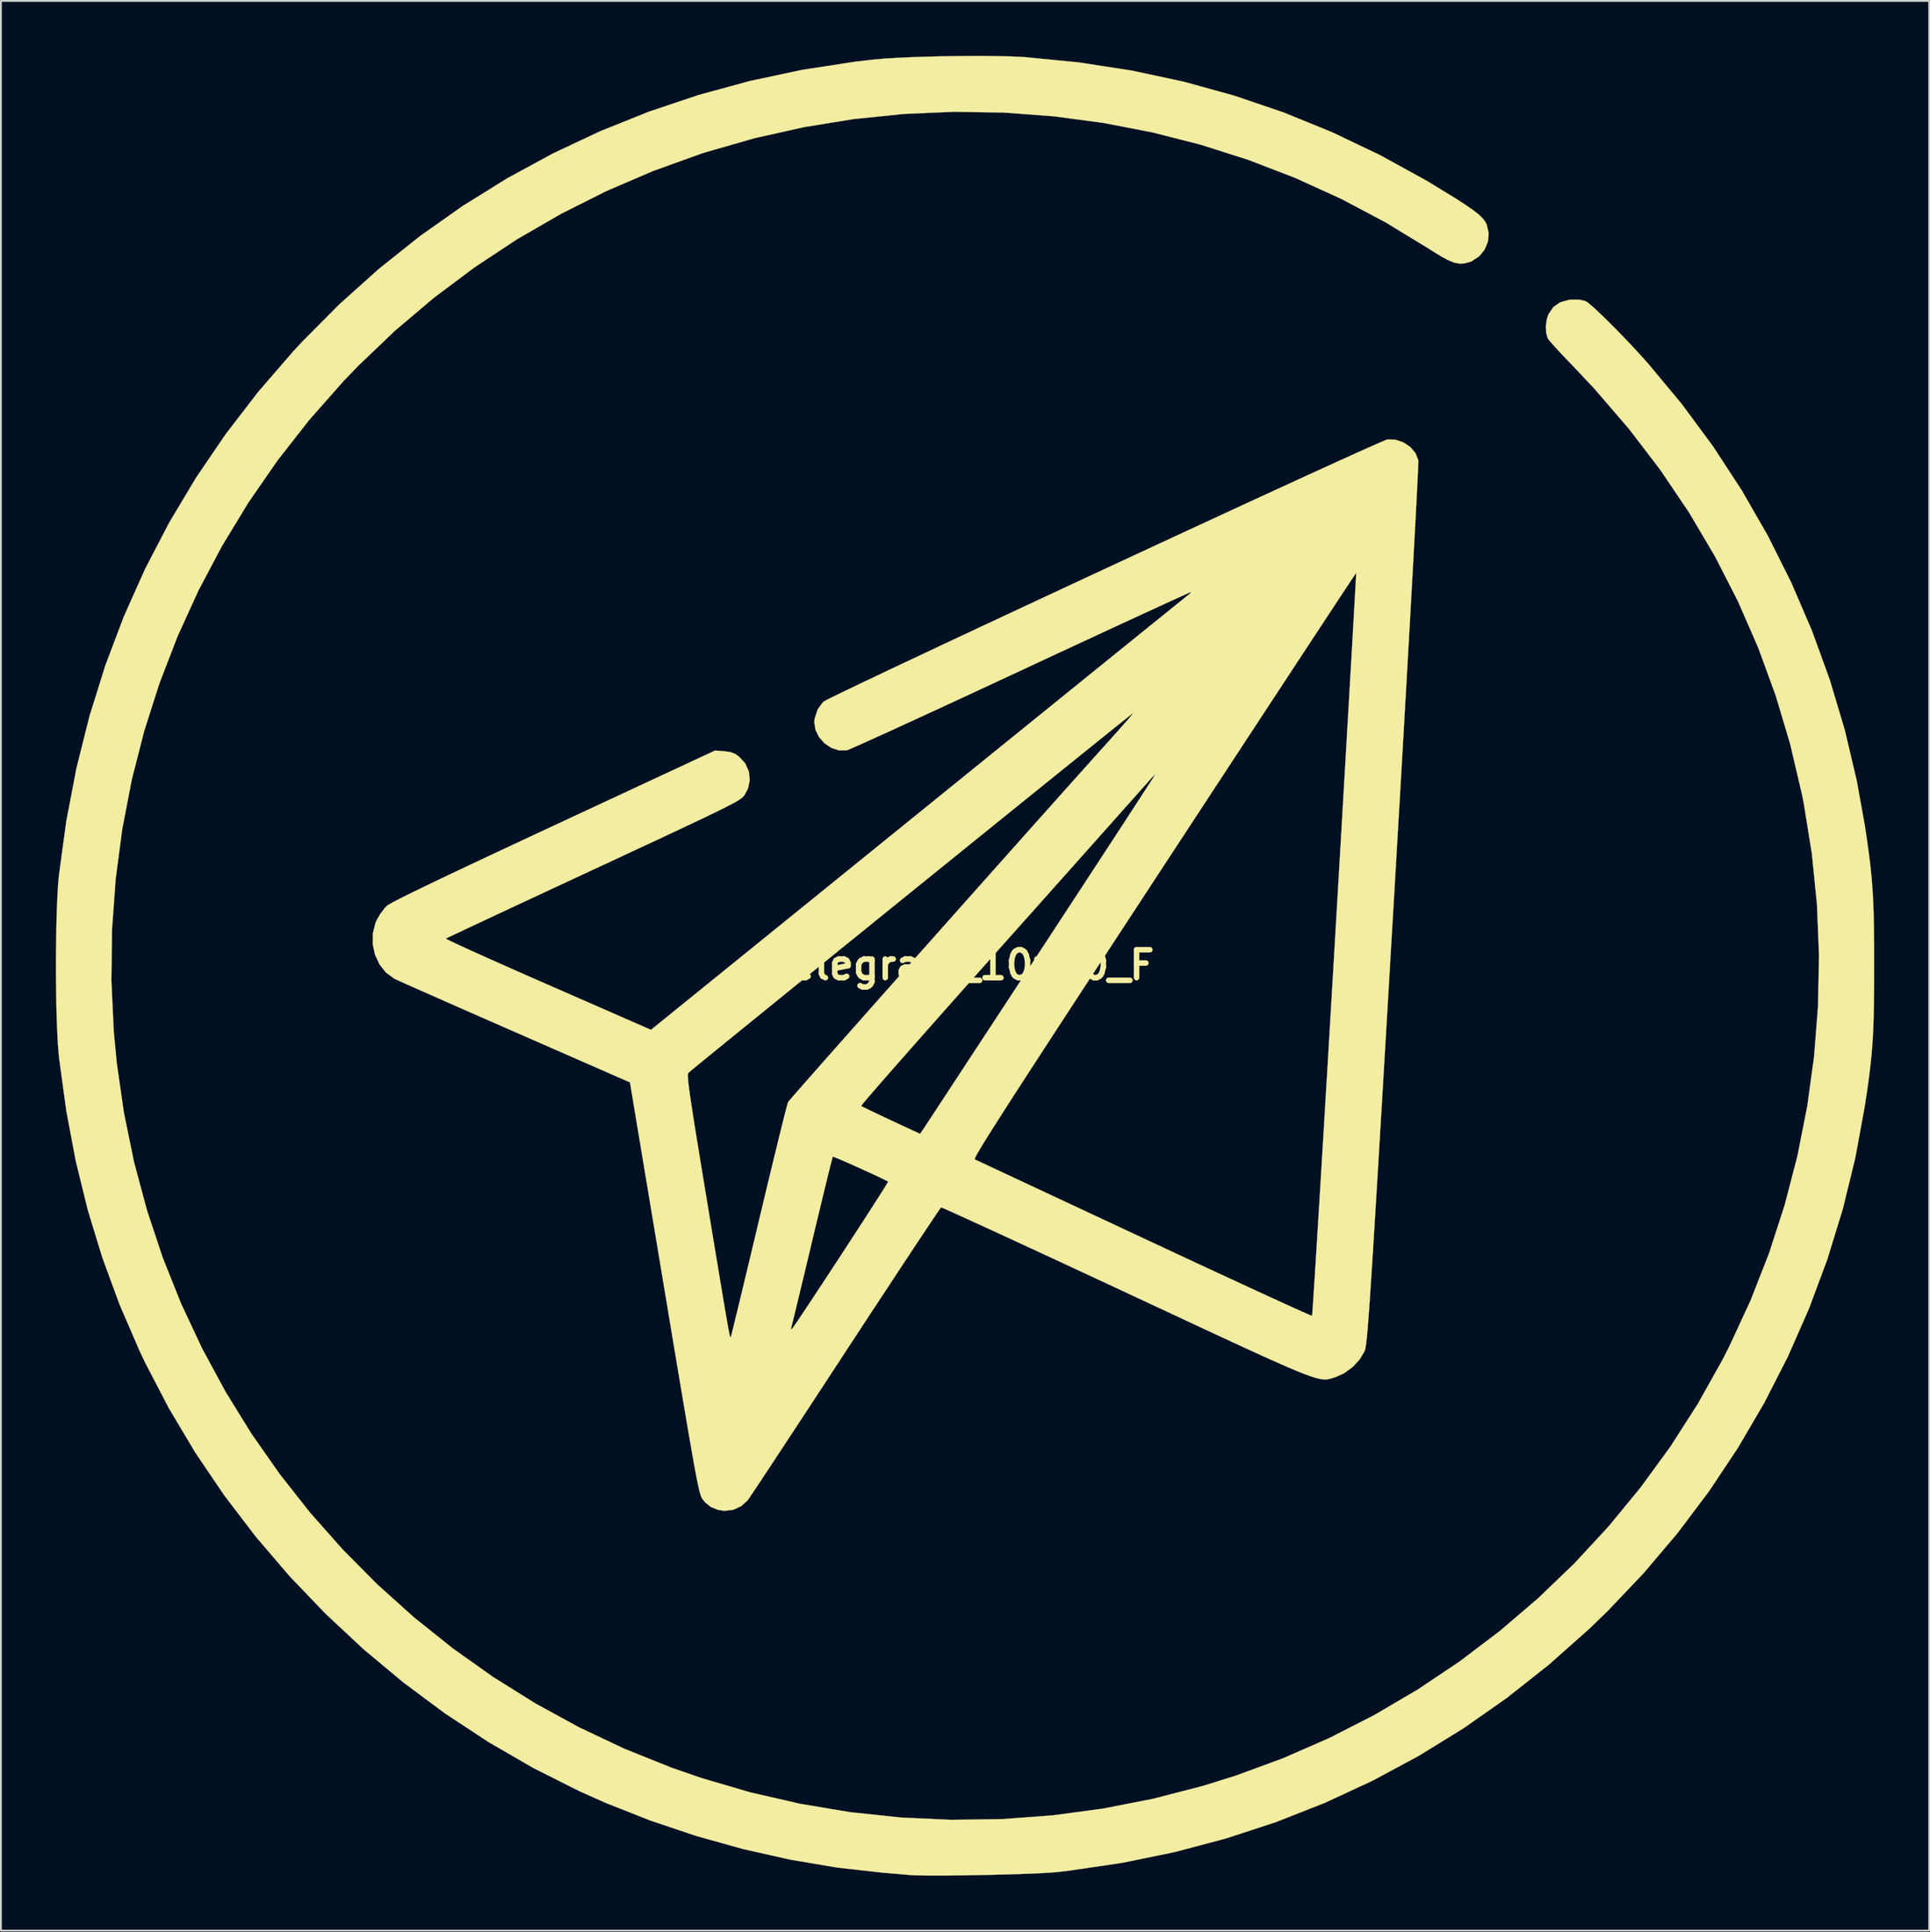
<source format=kicad_pcb>
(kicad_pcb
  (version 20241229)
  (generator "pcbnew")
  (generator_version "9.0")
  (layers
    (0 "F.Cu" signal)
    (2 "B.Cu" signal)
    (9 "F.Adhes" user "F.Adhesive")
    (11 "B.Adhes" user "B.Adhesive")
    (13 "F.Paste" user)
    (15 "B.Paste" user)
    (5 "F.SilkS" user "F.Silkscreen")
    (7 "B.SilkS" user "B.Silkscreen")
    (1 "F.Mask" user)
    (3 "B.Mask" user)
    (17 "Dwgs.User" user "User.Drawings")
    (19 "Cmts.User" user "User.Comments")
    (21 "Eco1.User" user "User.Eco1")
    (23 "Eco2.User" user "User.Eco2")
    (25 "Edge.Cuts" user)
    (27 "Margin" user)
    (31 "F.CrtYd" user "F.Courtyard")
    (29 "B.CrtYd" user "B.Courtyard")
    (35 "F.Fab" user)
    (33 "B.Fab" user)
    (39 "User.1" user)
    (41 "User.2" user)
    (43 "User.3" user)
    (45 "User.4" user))
  (footprint "telegram_10x10_F"
    (layer "F.Cu")
    (at 49.583 49.606)
    (property "Reference" "telegram_10x10_F" (at 0 0 0) (layer "F.SilkS") (effects (font (size 1.524 1.524) (thickness 0.3))))
    (attr through_hole)
    (fp_poly (pts (xy 1.688 -49.595) (xy 2.459 -49.578) (xy 3.109 -49.551) (xy 3.309 -49.538) (xy 6.252 -49.25) (xy 9.133 -48.805) (xy 11.952 -48.202) (xy 14.713 -47.441) (xy 17.419 -46.521) (xy 20.072 -45.44) (xy 22.674 -44.198) (xy 25.229 -42.794) (xy 26.79 -41.842) (xy 27.338 -41.487) (xy 27.757 -41.198) (xy 28.065 -40.957) (xy 28.282 -40.75) (xy 28.427 -40.559) (xy 28.503 -40.411) (xy 28.614 -39.942) (xy 28.574 -39.474) (xy 28.398 -39.041) (xy 28.102 -38.675) (xy 27.699 -38.41) (xy 27.544 -38.349) (xy 27.278 -38.282) (xy 27.02 -38.271) (xy 26.743 -38.324) (xy 26.422 -38.451) (xy 26.03 -38.662) (xy 25.539 -38.963) (xy 25.339 -39.092) (xy 22.977 -40.53) (xy 20.544 -41.817) (xy 18.047 -42.952) (xy 15.495 -43.934) (xy 12.894 -44.762) (xy 10.253 -45.435) (xy 7.578 -45.951) (xy 4.878 -46.311) (xy 2.159 -46.513) (xy -0.571 -46.556) (xy -3.304 -46.439) (xy -6.032 -46.161) (xy -8.749 -45.721) (xy -11.447 -45.118) (xy -14.118 -44.351) (xy -14.38 -44.267) (xy -16.991 -43.326) (xy -19.541 -42.231) (xy -22.021 -40.985) (xy -24.424 -39.595) (xy -26.74 -38.065) (xy -28.961 -36.402) (xy -31.078 -34.61) (xy -33.084 -32.695) (xy -33.897 -31.849) (xy -35.765 -29.732) (xy -37.492 -27.527) (xy -39.074 -25.239) (xy -40.512 -22.874) (xy -41.801 -20.439) (xy -42.941 -17.94) (xy -43.928 -15.382) (xy -44.762 -12.772) (xy -45.441 -10.116) (xy -45.961 -7.419) (xy -46.321 -4.689) (xy -46.52 -1.931) (xy -46.554 0.849) (xy -46.423 3.644) (xy -46.262 5.334) (xy -45.87 8.066) (xy -45.318 10.752) (xy -44.611 13.385) (xy -43.754 15.961) (xy -42.751 18.473) (xy -41.606 20.915) (xy -40.325 23.283) (xy -38.912 25.57) (xy -37.372 27.771) (xy -35.709 29.881) (xy -33.928 31.892) (xy -32.034 33.801) (xy -30.03 35.6) (xy -27.923 37.285) (xy -25.716 38.85) (xy -23.414 40.289) (xy -21.022 41.597) (xy -18.544 42.768) (xy -15.984 43.795) (xy -14.38 44.351) (xy -11.69 45.141) (xy -8.971 45.765) (xy -6.231 46.223) (xy -3.476 46.515) (xy -0.711 46.641) (xy 2.056 46.602) (xy 4.819 46.397) (xy 7.572 46.027) (xy 10.308 45.491) (xy 13.022 44.789) (xy 14.774 44.243) (xy 17.376 43.288) (xy 19.908 42.182) (xy 22.363 40.929) (xy 24.736 39.536) (xy 27.02 38.007) (xy 29.21 36.348) (xy 31.3 34.563) (xy 33.283 32.659) (xy 35.152 30.641) (xy 36.903 28.513) (xy 38.53 26.282) (xy 40.025 23.952) (xy 41.382 21.528) (xy 41.734 20.839) (xy 42.901 18.319) (xy 43.913 15.738) (xy 44.767 13.106) (xy 45.463 10.43) (xy 46 7.719) (xy 46.376 4.981) (xy 46.591 2.226) (xy 46.643 -0.54) (xy 46.532 -3.308) (xy 46.255 -6.068) (xy 45.813 -8.813) (xy 45.716 -9.303) (xy 45.075 -12.041) (xy 44.278 -14.71) (xy 43.327 -17.311) (xy 42.222 -19.843) (xy 40.963 -22.304) (xy 39.55 -24.695) (xy 37.984 -27.014) (xy 36.266 -29.261) (xy 34.395 -31.435) (xy 33.223 -32.679) (xy 32.839 -33.078) (xy 32.491 -33.447) (xy 32.199 -33.766) (xy 31.98 -34.014) (xy 31.855 -34.169) (xy 31.838 -34.197) (xy 31.752 -34.491) (xy 31.737 -34.866) (xy 31.791 -35.249) (xy 31.879 -35.51) (xy 32.145 -35.901) (xy 32.513 -36.16) (xy 32.99 -36.292) (xy 33.144 -36.306) (xy 33.549 -36.307) (xy 33.846 -36.243) (xy 33.939 -36.201) (xy 34.102 -36.085) (xy 34.361 -35.861) (xy 34.697 -35.548) (xy 35.092 -35.164) (xy 35.529 -34.727) (xy 35.988 -34.255) (xy 36.452 -33.766) (xy 36.903 -33.279) (xy 37.301 -32.835) (xy 39.149 -30.615) (xy 40.859 -28.301) (xy 42.428 -25.899) (xy 43.854 -23.417) (xy 45.132 -20.861) (xy 46.26 -18.238) (xy 47.234 -15.555) (xy 48.051 -12.818) (xy 48.708 -10.035) (xy 49.142 -7.62) (xy 49.264 -6.807) (xy 49.365 -6.082) (xy 49.447 -5.417) (xy 49.512 -4.783) (xy 49.562 -4.152) (xy 49.599 -3.496) (xy 49.625 -2.786) (xy 49.641 -1.994) (xy 49.649 -1.092) (xy 49.651 -0.051) (xy 49.651 0.042) (xy 49.649 1.097) (xy 49.641 2.011) (xy 49.626 2.812) (xy 49.602 3.529) (xy 49.566 4.189) (xy 49.517 4.822) (xy 49.452 5.454) (xy 49.372 6.116) (xy 49.272 6.835) (xy 49.151 7.638) (xy 49.141 7.705) (xy 48.62 10.538) (xy 47.938 13.325) (xy 47.097 16.058) (xy 46.102 18.731) (xy 44.956 21.34) (xy 43.661 23.877) (xy 42.222 26.336) (xy 40.64 28.712) (xy 38.919 30.999) (xy 37.063 33.19) (xy 35.075 35.28) (xy 34.078 36.241) (xy 31.881 38.19) (xy 29.601 39.991) (xy 27.24 41.645) (xy 24.8 43.148) (xy 22.283 44.502) (xy 19.691 45.705) (xy 17.027 46.756) (xy 14.291 47.653) (xy 11.487 48.397) (xy 8.616 48.987) (xy 5.68 49.42) (xy 5.038 49.493) (xy 4.693 49.522) (xy 4.213 49.549) (xy 3.623 49.576) (xy 2.946 49.6) (xy 2.209 49.622) (xy 1.434 49.641) (xy 0.648 49.657) (xy -0.125 49.669) (xy -0.86 49.677) (xy -1.533 49.679) (xy -2.119 49.677) (xy -2.593 49.669) (xy -2.93 49.655) (xy -3.006 49.649) (xy -3.22 49.629) (xy -3.558 49.6) (xy -3.974 49.565) (xy -4.422 49.528) (xy -4.445 49.526) (xy -6.963 49.243) (xy -9.518 48.81) (xy -12.084 48.233) (xy -14.636 47.52) (xy -17.147 46.676) (xy -19.593 45.709) (xy -21.004 45.08) (xy -23.528 43.811) (xy -25.975 42.394) (xy -28.34 40.838) (xy -30.614 39.148) (xy -32.791 37.332) (xy -34.863 35.397) (xy -36.825 33.349) (xy -38.668 31.196) (xy -40.386 28.946) (xy -41.972 26.604) (xy -43.419 24.177) (xy -44.72 21.674) (xy -45.016 21.049) (xy -46.104 18.531) (xy -47.043 15.978) (xy -47.839 13.374) (xy -48.495 10.704) (xy -49.014 7.954) (xy -49.402 5.109) (xy -49.419 4.953) (xy -49.468 4.384) (xy -49.508 3.674) (xy -49.539 2.851) (xy -49.561 1.945) (xy -49.574 0.984) (xy -49.578 -0.005) (xy -49.573 -0.992) (xy -49.559 -1.95) (xy -49.536 -2.849) (xy -49.504 -3.662) (xy -49.464 -4.36) (xy -49.419 -4.868) (xy -49.015 -7.845) (xy -48.458 -10.748) (xy -47.749 -13.576) (xy -46.889 -16.33) (xy -45.877 -19.009) (xy -44.713 -21.612) (xy -43.399 -24.139) (xy -41.933 -26.59) (xy -40.317 -28.964) (xy -38.55 -31.261) (xy -36.633 -33.479) (xy -36.156 -33.994) (xy -34.107 -36.055) (xy -31.959 -37.981) (xy -29.716 -39.769) (xy -27.382 -41.416) (xy -24.961 -42.921) (xy -22.458 -44.281) (xy -19.877 -45.495) (xy -17.223 -46.56) (xy -14.5 -47.474) (xy -11.711 -48.235) (xy -8.862 -48.842) (xy -5.957 -49.29) (xy -4.953 -49.407) (xy -4.377 -49.457) (xy -3.664 -49.5) (xy -2.847 -49.537) (xy -1.956 -49.565) (xy -1.025 -49.586) (xy -0.086 -49.598) (xy 0.829 -49.601) (xy 1.688 -49.595)) (stroke (width 0.01) (type solid)) (fill yes) (layer "F.SilkS"))
    (fp_poly (pts (xy 23.541 -28.661) (xy 23.971 -28.513) (xy 24.344 -28.259) (xy 24.625 -27.925) (xy 24.773 -27.543) (xy 24.774 -27.433) (xy 24.764 -27.16) (xy 24.745 -26.731) (xy 24.717 -26.153) (xy 24.681 -25.432) (xy 24.636 -24.575) (xy 24.583 -23.589) (xy 24.523 -22.479) (xy 24.456 -21.254) (xy 24.381 -19.919) (xy 24.301 -18.48) (xy 24.214 -16.946) (xy 24.122 -15.321) (xy 24.024 -13.613) (xy 23.922 -11.828) (xy 23.815 -9.973) (xy 23.703 -8.055) (xy 23.588 -6.08) (xy 23.469 -4.054) (xy 23.424 -3.281) (xy 23.283 -0.895) (xy 23.153 1.329) (xy 23.031 3.395) (xy 22.918 5.31) (xy 22.813 7.079) (xy 22.716 8.708) (xy 22.627 10.204) (xy 22.545 11.572) (xy 22.469 12.818) (xy 22.4 13.947) (xy 22.338 14.967) (xy 22.281 15.881) (xy 22.229 16.698) (xy 22.182 17.421) (xy 22.139 18.058) (xy 22.101 18.614) (xy 22.066 19.095) (xy 22.035 19.507) (xy 22.007 19.855) (xy 21.981 20.146) (xy 21.958 20.385) (xy 21.936 20.579) (xy 21.916 20.733) (xy 21.896 20.853) (xy 21.878 20.945) (xy 21.86 21.015) (xy 21.841 21.068) (xy 21.834 21.087) (xy 21.564 21.534) (xy 21.174 21.946) (xy 20.713 22.279) (xy 20.277 22.475) (xy 20.146 22.518) (xy 20.027 22.557) (xy 19.913 22.588) (xy 19.794 22.607) (xy 19.664 22.613) (xy 19.513 22.6) (xy 19.333 22.567) (xy 19.117 22.51) (xy 18.856 22.425) (xy 18.541 22.309) (xy 18.166 22.159) (xy 17.721 21.972) (xy 17.198 21.744) (xy 16.589 21.473) (xy 15.886 21.154) (xy 15.081 20.784) (xy 14.166 20.361) (xy 13.131 19.88) (xy 11.97 19.339) (xy 10.674 18.734) (xy 9.235 18.062) (xy 8.82 17.869) (xy 7.592 17.296) (xy 6.407 16.745) (xy 5.273 16.217) (xy 4.198 15.719) (xy 3.193 15.254) (xy 2.267 14.826) (xy 1.428 14.44) (xy 0.685 14.099) (xy 0.048 13.808) (xy -0.475 13.571) (xy -0.873 13.392) (xy -1.139 13.275) (xy -1.263 13.225) (xy -1.271 13.223) (xy -1.327 13.296) (xy -1.47 13.502) (xy -1.693 13.832) (xy -1.99 14.276) (xy -2.356 14.825) (xy -2.785 15.471) (xy -3.27 16.204) (xy -3.805 17.016) (xy -4.385 17.897) (xy -5.004 18.837) (xy -5.655 19.829) (xy -6.333 20.863) (xy -6.476 21.082) (xy -7.162 22.129) (xy -7.825 23.141) (xy -8.458 24.107) (xy -9.056 25.018) (xy -9.613 25.864) (xy -10.122 26.637) (xy -10.576 27.326) (xy -10.97 27.922) (xy -11.297 28.416) (xy -11.552 28.798) (xy -11.727 29.059) (xy -11.817 29.19) (xy -11.823 29.198) (xy -12.177 29.522) (xy -12.614 29.722) (xy -13.089 29.783) (xy -13.467 29.722) (xy -13.844 29.566) (xy -14.135 29.331) (xy -14.277 29.161) (xy -14.311 29.112) (xy -14.344 29.05) (xy -14.379 28.967) (xy -14.416 28.853) (xy -14.458 28.701) (xy -14.505 28.502) (xy -14.56 28.247) (xy -14.624 27.928) (xy -14.698 27.536) (xy -14.784 27.063) (xy -14.884 26.5) (xy -14.999 25.839) (xy -15.131 25.071) (xy -15.281 24.188) (xy -15.451 23.181) (xy -15.643 22.041) (xy -15.857 20.761) (xy -16.096 19.331) (xy -16.36 17.743) (xy -16.379 17.631) (xy -18.251 6.403) (xy -18.945 6.099) (xy -15.091 6.099) (xy -15.08 6.267) (xy -15.056 6.499) (xy -15.018 6.805) (xy -14.963 7.197) (xy -14.89 7.684) (xy -14.798 8.276) (xy -14.685 8.985) (xy -14.55 9.82) (xy -14.391 10.792) (xy -14.207 11.912) (xy -14.018 13.056) (xy -13.808 14.329) (xy -13.623 15.445) (xy -13.462 16.414) (xy -13.324 17.247) (xy -13.206 17.954) (xy -13.106 18.544) (xy -13.024 19.029) (xy -12.956 19.418) (xy -12.902 19.721) (xy -12.86 19.949) (xy -12.827 20.112) (xy -12.802 20.22) (xy -12.783 20.283) (xy -12.769 20.312) (xy -12.757 20.317) (xy -12.75 20.311) (xy -12.726 20.225) (xy -12.666 19.988) (xy -12.636 19.868) (xy -9.471 19.868) (xy -9.436 19.869) (xy -9.376 19.812) (xy -9.308 19.719) (xy -9.156 19.497) (xy -8.929 19.16) (xy -8.636 18.722) (xy -8.286 18.194) (xy -7.889 17.592) (xy -7.452 16.927) (xy -6.984 16.215) (xy -6.69 15.765) (xy -6.213 15.034) (xy -5.766 14.346) (xy -5.357 13.715) (xy -4.995 13.152) (xy -4.687 12.672) (xy -4.442 12.286) (xy -4.269 12.008) (xy -4.174 11.851) (xy -4.16 11.819) (xy -4.263 11.76) (xy -4.487 11.65) (xy -4.801 11.501) (xy -5.179 11.326) (xy -5.59 11.138) (xy -6.007 10.951) (xy -6.401 10.776) (xy -6.743 10.628) (xy -6.818 10.596) (xy 0.566 10.596) (xy 0.573 10.609) (xy 0.667 10.653) (xy 0.905 10.764) (xy 1.277 10.938) (xy 1.774 11.17) (xy 2.385 11.456) (xy 3.102 11.791) (xy 3.915 12.171) (xy 4.813 12.591) (xy 5.788 13.047) (xy 6.829 13.534) (xy 7.928 14.047) (xy 9.074 14.583) (xy 9.821 14.933) (xy 10.99 15.479) (xy 12.116 16.004) (xy 13.19 16.503) (xy 14.202 16.972) (xy 15.143 17.407) (xy 16.003 17.804) (xy 16.773 18.158) (xy 17.443 18.464) (xy 18.004 18.719) (xy 18.447 18.918) (xy 18.762 19.056) (xy 18.938 19.13) (xy 18.975 19.141) (xy 18.985 19.053) (xy 19.004 18.803) (xy 19.032 18.4) (xy 19.068 17.849) (xy 19.113 17.158) (xy 19.165 16.335) (xy 19.224 15.387) (xy 19.29 14.322) (xy 19.362 13.146) (xy 19.44 11.867) (xy 19.523 10.492) (xy 19.611 9.029) (xy 19.704 7.485) (xy 19.801 5.867) (xy 19.901 4.183) (xy 20.004 2.44) (xy 20.11 0.646) (xy 20.215 -1.143) (xy 20.323 -2.98) (xy 20.428 -4.773) (xy 20.53 -6.514) (xy 20.628 -8.195) (xy 20.722 -9.81) (xy 20.811 -11.35) (xy 20.896 -12.81) (xy 20.976 -14.18) (xy 21.049 -15.455) (xy 21.117 -16.626) (xy 21.178 -17.687) (xy 21.231 -18.63) (xy 21.278 -19.447) (xy 21.317 -20.132) (xy 21.347 -20.677) (xy 21.368 -21.075) (xy 21.381 -21.318) (xy 21.384 -21.399) (xy 21.337 -21.331) (xy 21.2 -21.128) (xy 20.98 -20.796) (xy 20.679 -20.341) (xy 20.302 -19.769) (xy 19.853 -19.088) (xy 19.336 -18.302) (xy 18.755 -17.419) (xy 18.115 -16.445) (xy 17.419 -15.386) (xy 16.672 -14.248) (xy 15.877 -13.037) (xy 15.04 -11.761) (xy 14.164 -10.425) (xy 13.253 -9.036) (xy 12.311 -7.599) (xy 11.343 -6.122) (xy 10.895 -5.439) (xy 9.714 -3.636) (xy 8.623 -1.969) (xy 7.618 -0.434) (xy 6.696 0.976) (xy 5.854 2.264) (xy 5.089 3.437) (xy 4.397 4.499) (xy 3.775 5.455) (xy 3.22 6.31) (xy 2.728 7.07) (xy 2.297 7.74) (xy 1.922 8.325) (xy 1.601 8.829) (xy 1.33 9.259) (xy 1.106 9.619) (xy 0.926 9.914) (xy 0.786 10.149) (xy 0.684 10.33) (xy 0.615 10.461) (xy 0.577 10.548) (xy 0.566 10.596) (xy -6.818 10.596) (xy -7.004 10.518) (xy -7.155 10.46) (xy -7.181 10.455) (xy -7.208 10.543) (xy -7.27 10.78) (xy -7.364 11.152) (xy -7.485 11.644) (xy -7.631 12.24) (xy -7.797 12.925) (xy -7.98 13.684) (xy -8.177 14.503) (xy -8.297 15.006) (xy -8.5 15.859) (xy -8.693 16.666) (xy -8.873 17.413) (xy -9.034 18.084) (xy -9.173 18.661) (xy -9.287 19.13) (xy -9.372 19.475) (xy -9.423 19.68) (xy -9.436 19.727) (xy -9.471 19.868) (xy -12.636 19.868) (xy -12.573 19.61) (xy -12.45 19.107) (xy -12.3 18.489) (xy -12.127 17.77) (xy -11.933 16.962) (xy -11.721 16.078) (xy -11.495 15.132) (xy -11.257 14.134) (xy -11.218 13.97) (xy -10.977 12.961) (xy -10.746 11.997) (xy -10.527 11.091) (xy -10.325 10.257) (xy -10.141 9.507) (xy -9.98 8.855) (xy -9.845 8.313) (xy -9.738 7.895) (xy -9.682 7.687) (xy -5.634 7.687) (xy -5.544 7.737) (xy -5.324 7.847) (xy -4.998 8.005) (xy -4.589 8.2) (xy -4.122 8.42) (xy -3.999 8.477) (xy -2.418 9.213) (xy -2.217 8.918) (xy -2.147 8.812) (xy -1.99 8.573) (xy -1.751 8.209) (xy -1.436 7.73) (xy -1.05 7.143) (xy -0.6 6.457) (xy -0.091 5.68) (xy 0.472 4.822) (xy 1.083 3.89) (xy 1.737 2.894) (xy 2.427 1.841) (xy 3.148 0.741) (xy 3.895 -0.399) (xy 4.199 -0.863) (xy 4.951 -2.01) (xy 5.676 -3.119) (xy 6.371 -4.18) (xy 7.028 -5.185) (xy 7.644 -6.127) (xy 8.212 -6.997) (xy 8.727 -7.786) (xy 9.183 -8.487) (xy 9.576 -9.092) (xy 9.901 -9.591) (xy 10.15 -9.977) (xy 10.32 -10.242) (xy 10.405 -10.376) (xy 10.414 -10.393) (xy 10.364 -10.358) (xy 10.232 -10.224) (xy 10.054 -10.027) (xy 9.955 -9.915) (xy 9.75 -9.684) (xy 9.446 -9.342) (xy 9.05 -8.898) (xy 8.568 -8.357) (xy 8.009 -7.729) (xy 7.377 -7.02) (xy 6.681 -6.239) (xy 5.928 -5.394) (xy 5.123 -4.491) (xy 4.275 -3.539) (xy 3.389 -2.546) (xy 2.473 -1.519) (xy 2.003 -0.992) (xy 1.082 0.042) (xy 0.193 1.041) (xy -0.657 1.998) (xy -1.462 2.906) (xy -2.215 3.757) (xy -2.911 4.545) (xy -3.542 5.261) (xy -4.103 5.9) (xy -4.586 6.453) (xy -4.986 6.913) (xy -5.296 7.272) (xy -5.509 7.525) (xy -5.62 7.662) (xy -5.634 7.687) (xy -9.682 7.687) (xy -9.663 7.614) (xy -9.624 7.483) (xy -9.621 7.477) (xy -9.557 7.398) (xy -9.387 7.201) (xy -9.119 6.894) (xy -8.76 6.484) (xy -8.317 5.981) (xy -7.798 5.392) (xy -7.209 4.726) (xy -6.557 3.99) (xy -5.851 3.192) (xy -5.097 2.342) (xy -4.302 1.446) (xy -3.474 0.513) (xy -2.62 -0.449) (xy -1.746 -1.431) (xy -0.861 -2.426) (xy 0.028 -3.426) (xy 0.915 -4.422) (xy 1.792 -5.407) (xy 2.652 -6.371) (xy 3.487 -7.308) (xy 4.291 -8.209) (xy 5.056 -9.065) (xy 5.775 -9.87) (xy 6.441 -10.613) (xy 7.046 -11.289) (xy 7.584 -11.887) (xy 8.047 -12.401) (xy 8.072 -12.43) (xy 8.422 -12.82) (xy 8.727 -13.165) (xy 8.971 -13.447) (xy 9.139 -13.647) (xy 9.213 -13.747) (xy 9.215 -13.754) (xy 9.148 -13.704) (xy 8.958 -13.553) (xy 8.651 -13.309) (xy 8.237 -12.978) (xy 7.723 -12.565) (xy 7.117 -12.078) (xy 6.428 -11.523) (xy 5.662 -10.906) (xy 4.827 -10.233) (xy 3.933 -9.511) (xy 2.986 -8.747) (xy 1.995 -7.947) (xy 0.967 -7.117) (xy -0.089 -6.263) (xy -1.166 -5.393) (xy -2.256 -4.512) (xy -3.35 -3.627) (xy -4.442 -2.744) (xy -5.522 -1.869) (xy -6.584 -1.01) (xy -7.618 -0.172) (xy -8.618 0.638) (xy -9.576 1.414) (xy -10.482 2.149) (xy -11.33 2.837) (xy -12.112 3.471) (xy -12.819 4.046) (xy -13.444 4.554) (xy -13.979 4.99) (xy -14.415 5.346) (xy -14.746 5.617) (xy -14.962 5.796) (xy -15.057 5.877) (xy -15.059 5.879) (xy -15.079 5.916) (xy -15.09 5.986) (xy -15.091 6.099) (xy -18.945 6.099) (xy -24.556 3.641) (xy -25.538 3.211) (xy -26.478 2.798) (xy -27.366 2.408) (xy -28.189 2.045) (xy -28.935 1.716) (xy -29.592 1.426) (xy -30.147 1.18) (xy -30.589 0.983) (xy -30.905 0.841) (xy -31.084 0.759) (xy -31.115 0.743) (xy -31.569 0.409) (xy -31.922 -0.037) (xy -32.165 -0.562) (xy -32.289 -1.134) (xy -32.285 -1.721) (xy -32.142 -2.293) (xy -32.065 -2.469) (xy -31.88 -2.784) (xy -31.657 -3.082) (xy -31.515 -3.231) (xy -31.4 -3.308) (xy -31.169 -3.437) (xy -30.817 -3.62) (xy -30.342 -3.858) (xy -29.738 -4.153) (xy -29.004 -4.506) (xy -28.136 -4.921) (xy -27.129 -5.397) (xy -25.981 -5.937) (xy -24.687 -6.543) (xy -23.245 -7.217) (xy -22.403 -7.609) (xy -13.607 -11.703) (xy -13.112 -11.667) (xy -12.768 -11.62) (xy -12.51 -11.52) (xy -12.299 -11.374) (xy -11.96 -11) (xy -11.763 -10.562) (xy -11.713 -10.091) (xy -11.814 -9.619) (xy -12.013 -9.255) (xy -12.058 -9.199) (xy -12.12 -9.14) (xy -12.208 -9.072) (xy -12.329 -8.992) (xy -12.493 -8.895) (xy -12.71 -8.777) (xy -12.987 -8.633) (xy -13.335 -8.46) (xy -13.761 -8.252) (xy -14.274 -8.005) (xy -14.885 -7.715) (xy -15.6 -7.378) (xy -16.431 -6.989) (xy -17.384 -6.544) (xy -18.47 -6.038) (xy -19.696 -5.467) (xy -20.243 -5.213) (xy -21.338 -4.704) (xy -22.39 -4.214) (xy -23.389 -3.748) (xy -24.325 -3.312) (xy -25.186 -2.91) (xy -25.964 -2.546) (xy -26.648 -2.226) (xy -27.227 -1.954) (xy -27.692 -1.735) (xy -28.032 -1.574) (xy -28.238 -1.475) (xy -28.299 -1.444) (xy -28.234 -1.402) (xy -28.025 -1.298) (xy -27.686 -1.138) (xy -27.227 -0.926) (xy -26.66 -0.669) (xy -25.999 -0.372) (xy -25.255 -0.04) (xy -24.439 0.322) (xy -23.564 0.708) (xy -22.733 1.072) (xy -17.104 3.535) (xy -2.519 -8.274) (xy -1.141 -9.389) (xy 0.203 -10.477) (xy 1.507 -11.533) (xy 2.765 -12.552) (xy 3.972 -13.528) (xy 5.121 -14.457) (xy 6.205 -15.335) (xy 7.22 -16.156) (xy 8.159 -16.915) (xy 9.017 -17.608) (xy 9.786 -18.23) (xy 10.461 -18.775) (xy 11.037 -19.24) (xy 11.506 -19.619) (xy 11.864 -19.907) (xy 12.104 -20.1) (xy 12.22 -20.192) (xy 12.229 -20.199) (xy 12.341 -20.299) (xy 12.356 -20.346) (xy 12.276 -20.315) (xy 12.052 -20.216) (xy 11.694 -20.054) (xy 11.21 -19.834) (xy 10.611 -19.559) (xy 9.905 -19.235) (xy 9.102 -18.864) (xy 8.212 -18.453) (xy 7.243 -18.004) (xy 6.206 -17.523) (xy 5.11 -17.014) (xy 3.964 -16.48) (xy 3.09 -16.073) (xy 1.908 -15.523) (xy 0.765 -14.992) (xy -0.328 -14.485) (xy -1.363 -14.006) (xy -2.329 -13.561) (xy -3.217 -13.153) (xy -4.017 -12.786) (xy -4.719 -12.467) (xy -5.314 -12.198) (xy -5.791 -11.984) (xy -6.141 -11.83) (xy -6.354 -11.74) (xy -6.417 -11.717) (xy -6.849 -11.714) (xy -7.264 -11.85) (xy -7.633 -12.1) (xy -7.929 -12.434) (xy -8.125 -12.827) (xy -8.191 -13.251) (xy -8.171 -13.443) (xy -8.01 -13.941) (xy -7.729 -14.33) (xy -7.692 -14.366) (xy -7.589 -14.426) (xy -7.341 -14.553) (xy -6.958 -14.742) (xy -6.448 -14.989) (xy -5.82 -15.29) (xy -5.083 -15.641) (xy -4.246 -16.038) (xy -3.319 -16.476) (xy -2.31 -16.951) (xy -1.229 -17.46) (xy -0.084 -17.997) (xy 1.116 -18.559) (xy 2.362 -19.142) (xy 3.644 -19.74) (xy 4.954 -20.351) (xy 6.282 -20.97) (xy 7.62 -21.592) (xy 8.958 -22.214) (xy 10.288 -22.831) (xy 11.601 -23.44) (xy 12.887 -24.035) (xy 14.137 -24.613) (xy 15.343 -25.17) (xy 16.496 -25.701) (xy 17.586 -26.202) (xy 18.604 -26.669) (xy 19.542 -27.098) (xy 20.39 -27.484) (xy 21.139 -27.824) (xy 21.781 -28.113) (xy 22.306 -28.347) (xy 22.706 -28.522) (xy 22.97 -28.634) (xy 23.091 -28.678) (xy 23.094 -28.678) (xy 23.541 -28.661)) (stroke (width 0.01) (type solid)) (fill yes) (layer "F.SilkS")))
  (gr_rect
    (start -3 -3)
    (end 102.239 102.291)
    (stroke (width 0.1) (type default))
    (fill no)
    (layer "Edge.Cuts")))
</source>
